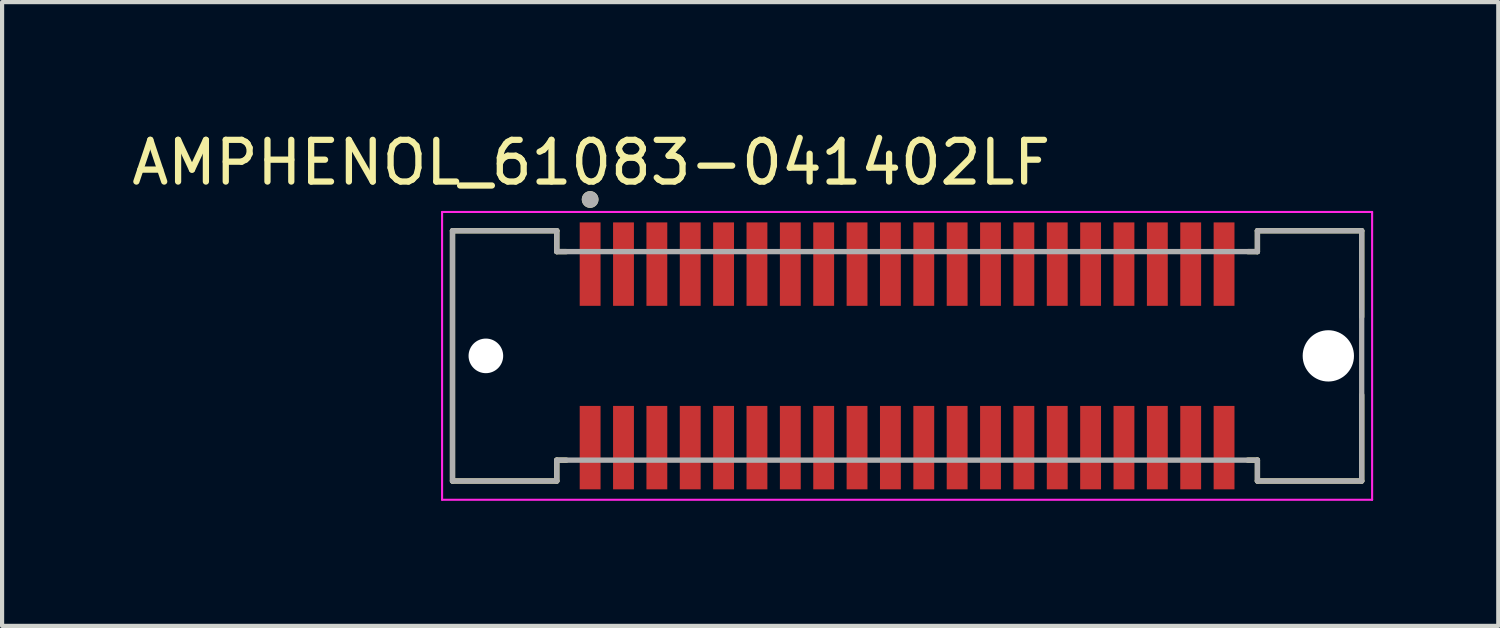
<source format=kicad_pcb>
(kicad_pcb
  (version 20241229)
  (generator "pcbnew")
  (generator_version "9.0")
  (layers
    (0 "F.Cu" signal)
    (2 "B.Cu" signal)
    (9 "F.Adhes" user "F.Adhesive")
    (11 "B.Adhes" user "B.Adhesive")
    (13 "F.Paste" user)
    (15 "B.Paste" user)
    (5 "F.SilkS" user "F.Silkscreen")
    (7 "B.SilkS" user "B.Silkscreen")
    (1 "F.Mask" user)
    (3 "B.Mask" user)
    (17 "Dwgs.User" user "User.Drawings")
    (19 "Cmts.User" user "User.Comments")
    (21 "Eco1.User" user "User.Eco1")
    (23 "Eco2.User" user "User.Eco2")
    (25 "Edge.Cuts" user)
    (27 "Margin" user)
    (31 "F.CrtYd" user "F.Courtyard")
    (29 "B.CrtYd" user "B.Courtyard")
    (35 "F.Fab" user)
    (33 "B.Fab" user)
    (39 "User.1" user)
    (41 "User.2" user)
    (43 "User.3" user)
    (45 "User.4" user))
  (footprint "AMPHENOL_61083-041402LF"
    (layer "F.Cu")
    (at 18.7 5.483)
    (property "Reference" "AMPHENOL_61083-041402LF" (at -7.575 -4.635 0) (layer "F.SilkS") (effects (font (size 1 1) (thickness 0.15))))
    (attr smd)
    (fp_line (start -10.9 -3) (end -10.9 3) (stroke (width 0.127) (type solid)) (layer "F.SilkS"))
    (fp_line (start -10.9 -3) (end -8.4 -3) (stroke (width 0.127) (type solid)) (layer "F.SilkS"))
    (fp_line (start -10.9 3) (end -8.4 3) (stroke (width 0.127) (type solid)) (layer "F.SilkS"))
    (fp_line (start -8.4 -3) (end -8.4 -2.5) (stroke (width 0.127) (type solid)) (layer "F.SilkS"))
    (fp_line (start -8.4 -2.5) (end -8.17 -2.5) (stroke (width 0.127) (type solid)) (layer "F.SilkS"))
    (fp_line (start -8.4 2.5) (end -8.17 2.5) (stroke (width 0.127) (type solid)) (layer "F.SilkS"))
    (fp_line (start -8.4 3) (end -8.4 2.5) (stroke (width 0.127) (type solid)) (layer "F.SilkS"))
    (fp_line (start 8.17 -2.5) (end 8.4 -2.5) (stroke (width 0.127) (type solid)) (layer "F.SilkS"))
    (fp_line (start 8.17 2.5) (end 8.4 2.5) (stroke (width 0.127) (type solid)) (layer "F.SilkS"))
    (fp_line (start 8.4 -3) (end 10.9 -3) (stroke (width 0.127) (type solid)) (layer "F.SilkS"))
    (fp_line (start 8.4 -2.5) (end 8.4 -3) (stroke (width 0.127) (type solid)) (layer "F.SilkS"))
    (fp_line (start 8.4 2.5) (end 8.4 3) (stroke (width 0.127) (type solid)) (layer "F.SilkS"))
    (fp_line (start 10.9 -3) (end 10.9 -0.935) (stroke (width 0.127) (type solid)) (layer "F.SilkS"))
    (fp_line (start 10.9 0.935) (end 10.9 3) (stroke (width 0.127) (type solid)) (layer "F.SilkS"))
    (fp_line (start 10.9 3) (end 8.4 3) (stroke (width 0.127) (type solid)) (layer "F.SilkS"))
    (fp_circle (center -7.6 -3.75) (end -7.5 -3.75) (stroke (width 0.2) (type solid)) (fill no) (layer "F.SilkS"))
    (fp_line (start -11.15 -3.45) (end 11.15 -3.45) (stroke (width 0.05) (type solid)) (layer "F.CrtYd"))
    (fp_line (start -11.15 3.45) (end -11.15 -3.45) (stroke (width 0.05) (type solid)) (layer "F.CrtYd"))
    (fp_line (start 11.15 -3.45) (end 11.15 3.45) (stroke (width 0.05) (type solid)) (layer "F.CrtYd"))
    (fp_line (start 11.15 3.45) (end -11.15 3.45) (stroke (width 0.05) (type solid)) (layer "F.CrtYd"))
    (fp_line (start -10.9 -3) (end -8.4 -3) (stroke (width 0.127) (type solid)) (layer "F.Fab"))
    (fp_line (start -10.9 3) (end -10.9 -3) (stroke (width 0.127) (type solid)) (layer "F.Fab"))
    (fp_line (start -8.4 -3) (end -8.4 -2.5) (stroke (width 0.127) (type solid)) (layer "F.Fab"))
    (fp_line (start -8.4 -2.5) (end 8.4 -2.5) (stroke (width 0.127) (type solid)) (layer "F.Fab"))
    (fp_line (start -8.4 2.5) (end 8.4 2.5) (stroke (width 0.127) (type solid)) (layer "F.Fab"))
    (fp_line (start -8.4 3) (end -10.9 3) (stroke (width 0.127) (type solid)) (layer "F.Fab"))
    (fp_line (start -8.4 3) (end -8.4 2.5) (stroke (width 0.127) (type solid)) (layer "F.Fab"))
    (fp_line (start 8.4 -3) (end 10.9 -3) (stroke (width 0.127) (type solid)) (layer "F.Fab"))
    (fp_line (start 8.4 -2.5) (end 8.4 -3) (stroke (width 0.127) (type solid)) (layer "F.Fab"))
    (fp_line (start 8.4 2.5) (end 8.4 3) (stroke (width 0.127) (type solid)) (layer "F.Fab"))
    (fp_line (start 10.9 -3) (end 10.9 3) (stroke (width 0.127) (type solid)) (layer "F.Fab"))
    (fp_line (start 10.9 3) (end 8.4 3) (stroke (width 0.127) (type solid)) (layer "F.Fab"))
    (fp_circle (center -7.6 -3.75) (end -7.5 -3.75) (stroke (width 0.2) (type solid)) (fill no) (layer "F.Fab"))
    (pad "" np_thru_hole circle (at -10.1 0) (size 0.83 0.83) (drill 0.83) (layers "*.Cu" "*.Mask"))
    (pad "" np_thru_hole circle (at 10.1 0) (size 1.23 1.23) (drill 1.23) (layers "*.Cu" "*.Mask"))
    (pad "1" smd rect (at -7.6 -2.2) (size 0.5 2) (layers "F.Cu" "F.Mask" "F.Paste"))
    (pad "2" smd rect (at -7.6 2.2) (size 0.5 2) (layers "F.Cu" "F.Mask" "F.Paste"))
    (pad "3" smd rect (at -6.8 -2.2) (size 0.5 2) (layers "F.Cu" "F.Mask" "F.Paste"))
    (pad "4" smd rect (at -6.8 2.2) (size 0.5 2) (layers "F.Cu" "F.Mask" "F.Paste"))
    (pad "5" smd rect (at -6 -2.2) (size 0.5 2) (layers "F.Cu" "F.Mask" "F.Paste"))
    (pad "6" smd rect (at -6 2.2) (size 0.5 2) (layers "F.Cu" "F.Mask" "F.Paste"))
    (pad "7" smd rect (at -5.2 -2.2) (size 0.5 2) (layers "F.Cu" "F.Mask" "F.Paste"))
    (pad "8" smd rect (at -5.2 2.2) (size 0.5 2) (layers "F.Cu" "F.Mask" "F.Paste"))
    (pad "9" smd rect (at -4.4 -2.2) (size 0.5 2) (layers "F.Cu" "F.Mask" "F.Paste"))
    (pad "10" smd rect (at -4.4 2.2) (size 0.5 2) (layers "F.Cu" "F.Mask" "F.Paste"))
    (pad "11" smd rect (at -3.6 -2.2) (size 0.5 2) (layers "F.Cu" "F.Mask" "F.Paste"))
    (pad "12" smd rect (at -3.6 2.2) (size 0.5 2) (layers "F.Cu" "F.Mask" "F.Paste"))
    (pad "13" smd rect (at -2.8 -2.2) (size 0.5 2) (layers "F.Cu" "F.Mask" "F.Paste"))
    (pad "14" smd rect (at -2.8 2.2) (size 0.5 2) (layers "F.Cu" "F.Mask" "F.Paste"))
    (pad "15" smd rect (at -2 -2.2) (size 0.5 2) (layers "F.Cu" "F.Mask" "F.Paste"))
    (pad "16" smd rect (at -2 2.2) (size 0.5 2) (layers "F.Cu" "F.Mask" "F.Paste"))
    (pad "17" smd rect (at -1.2 -2.2) (size 0.5 2) (layers "F.Cu" "F.Mask" "F.Paste"))
    (pad "18" smd rect (at -1.2 2.2) (size 0.5 2) (layers "F.Cu" "F.Mask" "F.Paste"))
    (pad "19" smd rect (at -0.4 -2.2) (size 0.5 2) (layers "F.Cu" "F.Mask" "F.Paste"))
    (pad "20" smd rect (at -0.4 2.2) (size 0.5 2) (layers "F.Cu" "F.Mask" "F.Paste"))
    (pad "21" smd rect (at 0.4 -2.2) (size 0.5 2) (layers "F.Cu" "F.Mask" "F.Paste"))
    (pad "22" smd rect (at 0.4 2.2) (size 0.5 2) (layers "F.Cu" "F.Mask" "F.Paste"))
    (pad "23" smd rect (at 1.2 -2.2) (size 0.5 2) (layers "F.Cu" "F.Mask" "F.Paste"))
    (pad "24" smd rect (at 1.2 2.2) (size 0.5 2) (layers "F.Cu" "F.Mask" "F.Paste"))
    (pad "25" smd rect (at 2 -2.2) (size 0.5 2) (layers "F.Cu" "F.Mask" "F.Paste"))
    (pad "26" smd rect (at 2 2.2) (size 0.5 2) (layers "F.Cu" "F.Mask" "F.Paste"))
    (pad "27" smd rect (at 2.8 -2.2) (size 0.5 2) (layers "F.Cu" "F.Mask" "F.Paste"))
    (pad "28" smd rect (at 2.8 2.2) (size 0.5 2) (layers "F.Cu" "F.Mask" "F.Paste"))
    (pad "29" smd rect (at 3.6 -2.2) (size 0.5 2) (layers "F.Cu" "F.Mask" "F.Paste"))
    (pad "30" smd rect (at 3.6 2.2) (size 0.5 2) (layers "F.Cu" "F.Mask" "F.Paste"))
    (pad "31" smd rect (at 4.4 -2.2) (size 0.5 2) (layers "F.Cu" "F.Mask" "F.Paste"))
    (pad "32" smd rect (at 4.4 2.2) (size 0.5 2) (layers "F.Cu" "F.Mask" "F.Paste"))
    (pad "33" smd rect (at 5.2 -2.2) (size 0.5 2) (layers "F.Cu" "F.Mask" "F.Paste"))
    (pad "34" smd rect (at 5.2 2.2) (size 0.5 2) (layers "F.Cu" "F.Mask" "F.Paste"))
    (pad "35" smd rect (at 6 -2.2) (size 0.5 2) (layers "F.Cu" "F.Mask" "F.Paste"))
    (pad "36" smd rect (at 6 2.2) (size 0.5 2) (layers "F.Cu" "F.Mask" "F.Paste"))
    (pad "37" smd rect (at 6.8 -2.2) (size 0.5 2) (layers "F.Cu" "F.Mask" "F.Paste"))
    (pad "38" smd rect (at 6.8 2.2) (size 0.5 2) (layers "F.Cu" "F.Mask" "F.Paste"))
    (pad "39" smd rect (at 7.6 -2.2) (size 0.5 2) (layers "F.Cu" "F.Mask" "F.Paste"))
    (pad "40" smd rect (at 7.6 2.2) (size 0.5 2) (layers "F.Cu" "F.Mask" "F.Paste")))
  (gr_rect
    (start -3 -3)
    (end 32.875 11.958)
    (stroke (width 0.1) (type default))
    (fill no)
    (layer "Edge.Cuts")))
</source>
